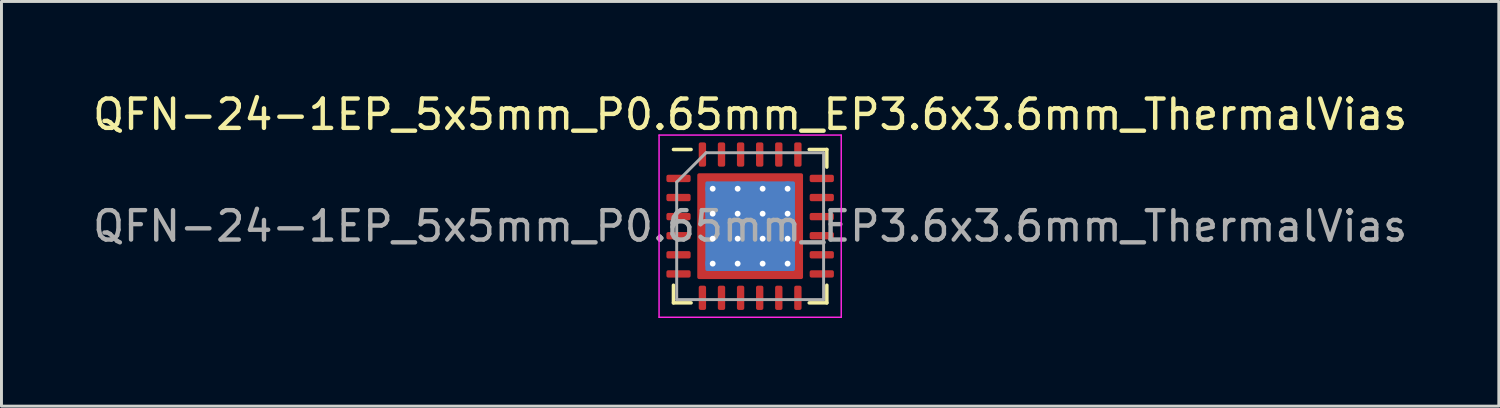
<source format=kicad_pcb>
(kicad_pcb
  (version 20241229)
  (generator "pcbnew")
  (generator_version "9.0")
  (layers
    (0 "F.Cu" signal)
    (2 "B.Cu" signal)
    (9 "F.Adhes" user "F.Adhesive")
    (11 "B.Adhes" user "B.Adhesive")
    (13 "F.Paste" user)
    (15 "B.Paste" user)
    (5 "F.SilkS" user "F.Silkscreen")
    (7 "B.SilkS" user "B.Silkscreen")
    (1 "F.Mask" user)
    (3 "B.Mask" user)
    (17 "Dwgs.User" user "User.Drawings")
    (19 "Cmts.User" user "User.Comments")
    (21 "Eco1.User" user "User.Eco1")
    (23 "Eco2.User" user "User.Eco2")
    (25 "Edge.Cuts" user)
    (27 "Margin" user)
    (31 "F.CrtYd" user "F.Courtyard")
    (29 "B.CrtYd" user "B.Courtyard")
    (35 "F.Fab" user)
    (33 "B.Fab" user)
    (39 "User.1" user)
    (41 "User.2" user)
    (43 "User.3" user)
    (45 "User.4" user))
  (footprint "QFN-24-1EP_5x5mm_P0.65mm_EP3.6x3.6mm_ThermalVias"
    (layer "F.Cu")
    (at 22.482 4.648)
    (property "Reference" "QFN-24-1EP_5x5mm_P0.65mm_EP3.6x3.6mm_ThermalVias" (at 0 -3.8 0) (layer "F.SilkS") (effects (font (size 1 1) (thickness 0.15))))
    (attr smd)
    (fp_line (start -2.61 2.61) (end -2.61 2.01) (stroke (width 0.12) (type solid)) (layer "F.SilkS"))
    (fp_line (start -2.01 -2.61) (end -2.61 -2.61) (stroke (width 0.12) (type solid)) (layer "F.SilkS"))
    (fp_line (start -2.01 2.61) (end -2.61 2.61) (stroke (width 0.12) (type solid)) (layer "F.SilkS"))
    (fp_line (start 2.01 -2.61) (end 2.61 -2.61) (stroke (width 0.12) (type solid)) (layer "F.SilkS"))
    (fp_line (start 2.01 2.61) (end 2.61 2.61) (stroke (width 0.12) (type solid)) (layer "F.SilkS"))
    (fp_line (start 2.61 -2.61) (end 2.61 -2.01) (stroke (width 0.12) (type solid)) (layer "F.SilkS"))
    (fp_line (start 2.61 2.61) (end 2.61 2.01) (stroke (width 0.12) (type solid)) (layer "F.SilkS"))
    (fp_line (start -3.1 -3.1) (end -3.1 3.1) (stroke (width 0.05) (type solid)) (layer "F.CrtYd"))
    (fp_line (start -3.1 3.1) (end 3.1 3.1) (stroke (width 0.05) (type solid)) (layer "F.CrtYd"))
    (fp_line (start 3.1 -3.1) (end -3.1 -3.1) (stroke (width 0.05) (type solid)) (layer "F.CrtYd"))
    (fp_line (start 3.1 3.1) (end 3.1 -3.1) (stroke (width 0.05) (type solid)) (layer "F.CrtYd"))
    (fp_line (start -2.5 -1.5) (end -1.5 -2.5) (stroke (width 0.1) (type solid)) (layer "F.Fab"))
    (fp_line (start -2.5 2.5) (end -2.5 -1.5) (stroke (width 0.1) (type solid)) (layer "F.Fab"))
    (fp_line (start -1.5 -2.5) (end 2.5 -2.5) (stroke (width 0.1) (type solid)) (layer "F.Fab"))
    (fp_line (start 2.5 -2.5) (end 2.5 2.5) (stroke (width 0.1) (type solid)) (layer "F.Fab"))
    (fp_line (start 2.5 2.5) (end -2.5 2.5) (stroke (width 0.1) (type solid)) (layer "F.Fab"))
    (fp_text user "${REFERENCE}" (at 0 0 0) (layer "F.Fab") (effects (font (size 1 1) (thickness 0.15))))
    (pad "" smd custom (at -1.538 -1.538) (size 0.295 0.295) (layers "F.Paste") (options (anchor circle)) (primitives (gr_poly (pts (xy -0.212 -0.212) (xy 0.212 -0.212) (xy 0.212 0.031) (xy 0.031 0.212) (xy -0.212 0.212)) (width 0) (fill yes))))
    (pad "" smd custom (at -1.538 -0.85) (size 0.317 0.317) (layers "F.Paste") (options (anchor circle)) (primitives (gr_poly (pts (xy -0.212 -0.343) (xy 0.062 -0.343) (xy 0.212 -0.193) (xy 0.212 0.193) (xy 0.062 0.343) (xy -0.212 0.343)) (width 0) (fill yes))))
    (pad "" smd custom (at -1.538 0) (size 0.317 0.317) (layers "F.Paste") (options (anchor circle)) (primitives (gr_poly (pts (xy -0.212 -0.343) (xy 0.062 -0.343) (xy 0.212 -0.193) (xy 0.212 0.193) (xy 0.062 0.343) (xy -0.212 0.343)) (width 0) (fill yes))))
    (pad "" smd custom (at -1.538 0.85) (size 0.317 0.317) (layers "F.Paste") (options (anchor circle)) (primitives (gr_poly (pts (xy -0.212 -0.343) (xy 0.062 -0.343) (xy 0.212 -0.193) (xy 0.212 0.193) (xy 0.062 0.343) (xy -0.212 0.343)) (width 0) (fill yes))))
    (pad "" smd custom (at -1.538 1.538) (size 0.295 0.295) (layers "F.Paste") (options (anchor circle)) (primitives (gr_poly (pts (xy -0.212 -0.212) (xy 0.031 -0.212) (xy 0.212 -0.031) (xy 0.212 0.212) (xy -0.212 0.212)) (width 0) (fill yes))))
    (pad "" smd custom (at -0.85 -1.538) (size 0.317 0.317) (layers "F.Paste") (options (anchor circle)) (primitives (gr_poly (pts (xy -0.343 -0.212) (xy 0.343 -0.212) (xy 0.343 0.062) (xy 0.193 0.212) (xy -0.193 0.212) (xy -0.343 0.062)) (width 0) (fill yes))))
    (pad "" smd custom (at -0.85 -0.85) (size 0.602 0.602) (layers "F.Paste") (options (anchor circle)) (primitives (gr_poly (pts (xy -0.343 -0.225) (xy -0.225 -0.343) (xy 0.225 -0.343) (xy 0.343 -0.225) (xy 0.343 0.225) (xy 0.225 0.343) (xy -0.225 0.343) (xy -0.343 0.225)) (width 0) (fill yes))))
    (pad "" smd custom (at -0.85 0) (size 0.602 0.602) (layers "F.Paste") (options (anchor circle)) (primitives (gr_poly (pts (xy -0.343 -0.225) (xy -0.225 -0.343) (xy 0.225 -0.343) (xy 0.343 -0.225) (xy 0.343 0.225) (xy 0.225 0.343) (xy -0.225 0.343) (xy -0.343 0.225)) (width 0) (fill yes))))
    (pad "" smd custom (at -0.85 0.85) (size 0.602 0.602) (layers "F.Paste") (options (anchor circle)) (primitives (gr_poly (pts (xy -0.343 -0.225) (xy -0.225 -0.343) (xy 0.225 -0.343) (xy 0.343 -0.225) (xy 0.343 0.225) (xy 0.225 0.343) (xy -0.225 0.343) (xy -0.343 0.225)) (width 0) (fill yes))))
    (pad "" smd custom (at -0.85 1.538) (size 0.317 0.317) (layers "F.Paste") (options (anchor circle)) (primitives (gr_poly (pts (xy -0.343 -0.062) (xy -0.193 -0.212) (xy 0.193 -0.212) (xy 0.343 -0.062) (xy 0.343 0.212) (xy -0.343 0.212)) (width 0) (fill yes))))
    (pad "" smd custom (at 0 -1.538) (size 0.317 0.317) (layers "F.Paste") (options (anchor circle)) (primitives (gr_poly (pts (xy -0.343 -0.212) (xy 0.343 -0.212) (xy 0.343 0.062) (xy 0.193 0.212) (xy -0.193 0.212) (xy -0.343 0.062)) (width 0) (fill yes))))
    (pad "" smd custom (at 0 -0.85) (size 0.602 0.602) (layers "F.Paste") (options (anchor circle)) (primitives (gr_poly (pts (xy -0.343 -0.225) (xy -0.225 -0.343) (xy 0.225 -0.343) (xy 0.343 -0.225) (xy 0.343 0.225) (xy 0.225 0.343) (xy -0.225 0.343) (xy -0.343 0.225)) (width 0) (fill yes))))
    (pad "" smd custom (at 0 0) (size 0.602 0.602) (layers "F.Paste") (options (anchor circle)) (primitives (gr_poly (pts (xy -0.343 -0.225) (xy -0.225 -0.343) (xy 0.225 -0.343) (xy 0.343 -0.225) (xy 0.343 0.225) (xy 0.225 0.343) (xy -0.225 0.343) (xy -0.343 0.225)) (width 0) (fill yes))))
    (pad "" smd custom (at 0 0.85) (size 0.602 0.602) (layers "F.Paste") (options (anchor circle)) (primitives (gr_poly (pts (xy -0.343 -0.225) (xy -0.225 -0.343) (xy 0.225 -0.343) (xy 0.343 -0.225) (xy 0.343 0.225) (xy 0.225 0.343) (xy -0.225 0.343) (xy -0.343 0.225)) (width 0) (fill yes))))
    (pad "" smd custom (at 0 1.538) (size 0.317 0.317) (layers "F.Paste") (options (anchor circle)) (primitives (gr_poly (pts (xy -0.343 -0.062) (xy -0.193 -0.212) (xy 0.193 -0.212) (xy 0.343 -0.062) (xy 0.343 0.212) (xy -0.343 0.212)) (width 0) (fill yes))))
    (pad "" smd custom (at 0.85 -1.538) (size 0.317 0.317) (layers "F.Paste") (options (anchor circle)) (primitives (gr_poly (pts (xy -0.343 -0.212) (xy 0.343 -0.212) (xy 0.343 0.062) (xy 0.193 0.212) (xy -0.193 0.212) (xy -0.343 0.062)) (width 0) (fill yes))))
    (pad "" smd custom (at 0.85 -0.85) (size 0.602 0.602) (layers "F.Paste") (options (anchor circle)) (primitives (gr_poly (pts (xy -0.343 -0.225) (xy -0.225 -0.343) (xy 0.225 -0.343) (xy 0.343 -0.225) (xy 0.343 0.225) (xy 0.225 0.343) (xy -0.225 0.343) (xy -0.343 0.225)) (width 0) (fill yes))))
    (pad "" smd custom (at 0.85 0) (size 0.602 0.602) (layers "F.Paste") (options (anchor circle)) (primitives (gr_poly (pts (xy -0.343 -0.225) (xy -0.225 -0.343) (xy 0.225 -0.343) (xy 0.343 -0.225) (xy 0.343 0.225) (xy 0.225 0.343) (xy -0.225 0.343) (xy -0.343 0.225)) (width 0) (fill yes))))
    (pad "" smd custom (at 0.85 0.85) (size 0.602 0.602) (layers "F.Paste") (options (anchor circle)) (primitives (gr_poly (pts (xy -0.343 -0.225) (xy -0.225 -0.343) (xy 0.225 -0.343) (xy 0.343 -0.225) (xy 0.343 0.225) (xy 0.225 0.343) (xy -0.225 0.343) (xy -0.343 0.225)) (width 0) (fill yes))))
    (pad "" smd custom (at 0.85 1.538) (size 0.317 0.317) (layers "F.Paste") (options (anchor circle)) (primitives (gr_poly (pts (xy -0.343 -0.062) (xy -0.193 -0.212) (xy 0.193 -0.212) (xy 0.343 -0.062) (xy 0.343 0.212) (xy -0.343 0.212)) (width 0) (fill yes))))
    (pad "" smd custom (at 1.538 -1.538) (size 0.295 0.295) (layers "F.Paste") (options (anchor circle)) (primitives (gr_poly (pts (xy -0.212 -0.212) (xy 0.212 -0.212) (xy 0.212 0.212) (xy -0.031 0.212) (xy -0.212 0.031)) (width 0) (fill yes))))
    (pad "" smd custom (at 1.538 -0.85) (size 0.317 0.317) (layers "F.Paste") (options (anchor circle)) (primitives (gr_poly (pts (xy -0.212 -0.193) (xy -0.062 -0.343) (xy 0.212 -0.343) (xy 0.212 0.343) (xy -0.062 0.343) (xy -0.212 0.193)) (width 0) (fill yes))))
    (pad "" smd custom (at 1.538 0) (size 0.317 0.317) (layers "F.Paste") (options (anchor circle)) (primitives (gr_poly (pts (xy -0.212 -0.193) (xy -0.062 -0.343) (xy 0.212 -0.343) (xy 0.212 0.343) (xy -0.062 0.343) (xy -0.212 0.193)) (width 0) (fill yes))))
    (pad "" smd custom (at 1.538 0.85) (size 0.317 0.317) (layers "F.Paste") (options (anchor circle)) (primitives (gr_poly (pts (xy -0.212 -0.193) (xy -0.062 -0.343) (xy 0.212 -0.343) (xy 0.212 0.343) (xy -0.062 0.343) (xy -0.212 0.193)) (width 0) (fill yes))))
    (pad "" smd custom (at 1.538 1.538) (size 0.295 0.295) (layers "F.Paste") (options (anchor circle)) (primitives (gr_poly (pts (xy -0.212 -0.031) (xy -0.031 -0.212) (xy 0.212 -0.212) (xy 0.212 0.212) (xy -0.212 0.212)) (width 0) (fill yes))))
    (pad "1" smd roundrect (at -2.438 -1.625) (size 0.825 0.25) (layers "F.Cu" "F.Mask" "F.Paste") (roundrect_rratio 0.25))
    (pad "2" smd roundrect (at -2.438 -0.975) (size 0.825 0.25) (layers "F.Cu" "F.Mask" "F.Paste") (roundrect_rratio 0.25))
    (pad "3" smd roundrect (at -2.438 -0.325) (size 0.825 0.25) (layers "F.Cu" "F.Mask" "F.Paste") (roundrect_rratio 0.25))
    (pad "4" smd roundrect (at -2.438 0.325) (size 0.825 0.25) (layers "F.Cu" "F.Mask" "F.Paste") (roundrect_rratio 0.25))
    (pad "5" smd roundrect (at -2.438 0.975) (size 0.825 0.25) (layers "F.Cu" "F.Mask" "F.Paste") (roundrect_rratio 0.25))
    (pad "6" smd roundrect (at -2.438 1.625) (size 0.825 0.25) (layers "F.Cu" "F.Mask" "F.Paste") (roundrect_rratio 0.25))
    (pad "7" smd roundrect (at -1.625 2.438) (size 0.25 0.825) (layers "F.Cu" "F.Mask" "F.Paste") (roundrect_rratio 0.25))
    (pad "8" smd roundrect (at -0.975 2.438) (size 0.25 0.825) (layers "F.Cu" "F.Mask" "F.Paste") (roundrect_rratio 0.25))
    (pad "9" smd roundrect (at -0.325 2.438) (size 0.25 0.825) (layers "F.Cu" "F.Mask" "F.Paste") (roundrect_rratio 0.25))
    (pad "10" smd roundrect (at 0.325 2.438) (size 0.25 0.825) (layers "F.Cu" "F.Mask" "F.Paste") (roundrect_rratio 0.25))
    (pad "11" smd roundrect (at 0.975 2.438) (size 0.25 0.825) (layers "F.Cu" "F.Mask" "F.Paste") (roundrect_rratio 0.25))
    (pad "12" smd roundrect (at 1.625 2.438) (size 0.25 0.825) (layers "F.Cu" "F.Mask" "F.Paste") (roundrect_rratio 0.25))
    (pad "13" smd roundrect (at 2.438 1.625) (size 0.825 0.25) (layers "F.Cu" "F.Mask" "F.Paste") (roundrect_rratio 0.25))
    (pad "14" smd roundrect (at 2.438 0.975) (size 0.825 0.25) (layers "F.Cu" "F.Mask" "F.Paste") (roundrect_rratio 0.25))
    (pad "15" smd roundrect (at 2.438 0.325) (size 0.825 0.25) (layers "F.Cu" "F.Mask" "F.Paste") (roundrect_rratio 0.25))
    (pad "16" smd roundrect (at 2.438 -0.325) (size 0.825 0.25) (layers "F.Cu" "F.Mask" "F.Paste") (roundrect_rratio 0.25))
    (pad "17" smd roundrect (at 2.438 -0.975) (size 0.825 0.25) (layers "F.Cu" "F.Mask" "F.Paste") (roundrect_rratio 0.25))
    (pad "18" smd roundrect (at 2.438 -1.625) (size 0.825 0.25) (layers "F.Cu" "F.Mask" "F.Paste") (roundrect_rratio 0.25))
    (pad "19" smd roundrect (at 1.625 -2.438) (size 0.25 0.825) (layers "F.Cu" "F.Mask" "F.Paste") (roundrect_rratio 0.25))
    (pad "20" smd roundrect (at 0.975 -2.438) (size 0.25 0.825) (layers "F.Cu" "F.Mask" "F.Paste") (roundrect_rratio 0.25))
    (pad "21" smd roundrect (at 0.325 -2.438) (size 0.25 0.825) (layers "F.Cu" "F.Mask" "F.Paste") (roundrect_rratio 0.25))
    (pad "22" smd roundrect (at -0.325 -2.438) (size 0.25 0.825) (layers "F.Cu" "F.Mask" "F.Paste") (roundrect_rratio 0.25))
    (pad "23" smd roundrect (at -0.975 -2.438) (size 0.25 0.825) (layers "F.Cu" "F.Mask" "F.Paste") (roundrect_rratio 0.25))
    (pad "24" smd roundrect (at -1.625 -2.438) (size 0.25 0.825) (layers "F.Cu" "F.Mask" "F.Paste") (roundrect_rratio 0.25))
    (pad "25" thru_hole circle (at -1.275 -1.275) (size 0.5 0.5) (drill 0.2) (layers "*.Cu"))
    (pad "25" thru_hole circle (at -1.275 -0.425) (size 0.5 0.5) (drill 0.2) (layers "*.Cu"))
    (pad "25" thru_hole circle (at -1.275 0.425) (size 0.5 0.5) (drill 0.2) (layers "*.Cu"))
    (pad "25" thru_hole circle (at -1.275 1.275) (size 0.5 0.5) (drill 0.2) (layers "*.Cu"))
    (pad "25" thru_hole circle (at -0.425 -1.275) (size 0.5 0.5) (drill 0.2) (layers "*.Cu"))
    (pad "25" thru_hole circle (at -0.425 -0.425) (size 0.5 0.5) (drill 0.2) (layers "*.Cu"))
    (pad "25" thru_hole circle (at -0.425 0.425) (size 0.5 0.5) (drill 0.2) (layers "*.Cu"))
    (pad "25" thru_hole circle (at -0.425 1.275) (size 0.5 0.5) (drill 0.2) (layers "*.Cu"))
    (pad "25" smd roundrect (at 0 0) (size 3.05 3.05) (layers "B.Cu") (roundrect_rratio 0.02))
    (pad "25" smd roundrect (at 0 0) (size 3.6 3.6) (layers "F.Cu" "F.Mask") (roundrect_rratio 0.017))
    (pad "25" thru_hole circle (at 0.425 -1.275) (size 0.5 0.5) (drill 0.2) (layers "*.Cu"))
    (pad "25" thru_hole circle (at 0.425 -0.425) (size 0.5 0.5) (drill 0.2) (layers "*.Cu"))
    (pad "25" thru_hole circle (at 0.425 0.425) (size 0.5 0.5) (drill 0.2) (layers "*.Cu"))
    (pad "25" thru_hole circle (at 0.425 1.275) (size 0.5 0.5) (drill 0.2) (layers "*.Cu"))
    (pad "25" thru_hole circle (at 1.275 -1.275) (size 0.5 0.5) (drill 0.2) (layers "*.Cu"))
    (pad "25" thru_hole circle (at 1.275 -0.425) (size 0.5 0.5) (drill 0.2) (layers "*.Cu"))
    (pad "25" thru_hole circle (at 1.275 0.425) (size 0.5 0.5) (drill 0.2) (layers "*.Cu"))
    (pad "25" thru_hole circle (at 1.275 1.275) (size 0.5 0.5) (drill 0.2) (layers "*.Cu")))
  (gr_rect
    (start -3 -3)
    (end 47.964 10.773)
    (stroke (width 0.1) (type default))
    (fill no)
    (layer "Edge.Cuts")))
</source>
